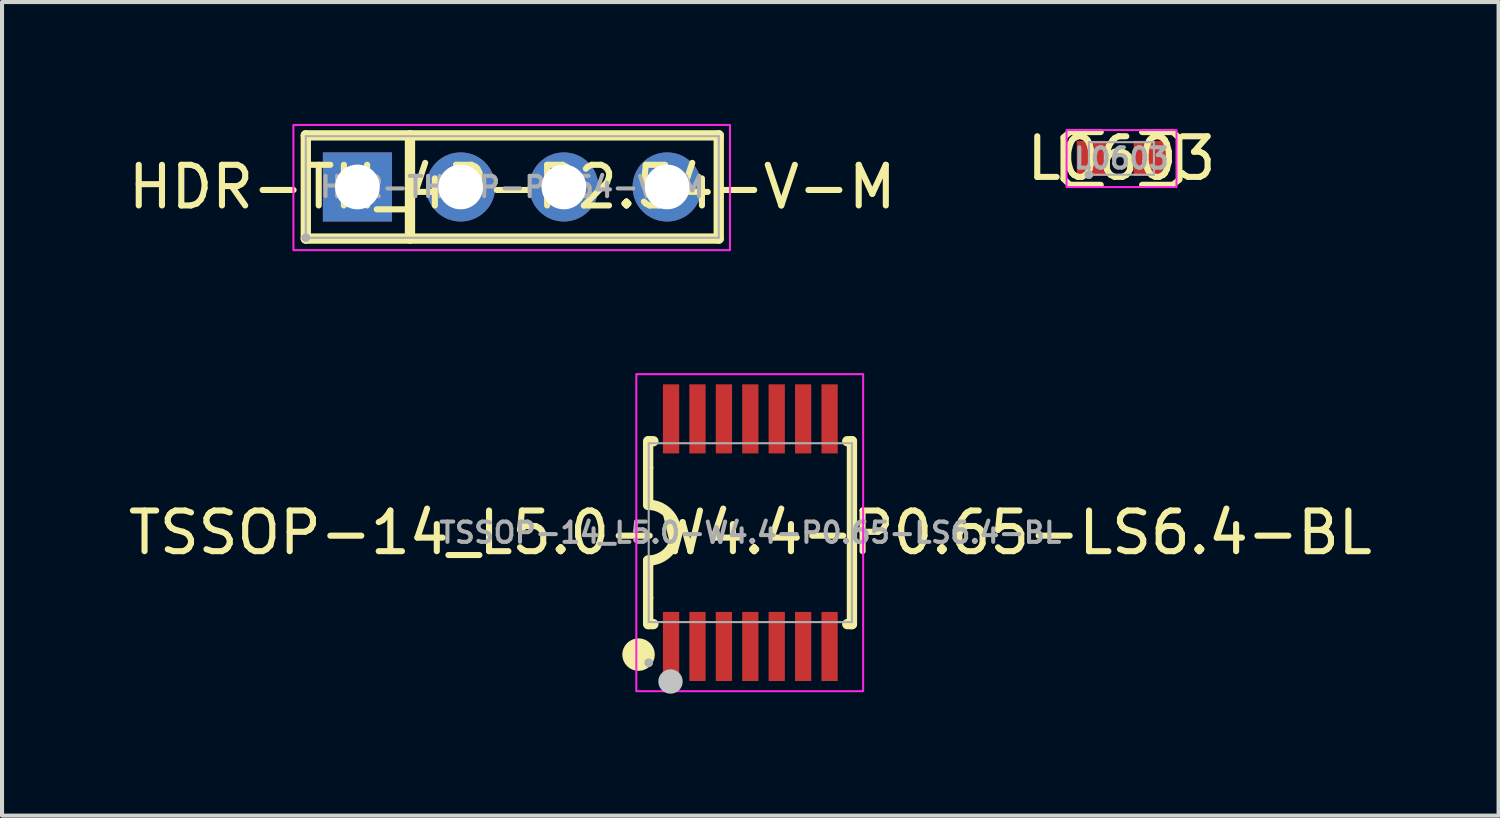
<source format=kicad_pcb>
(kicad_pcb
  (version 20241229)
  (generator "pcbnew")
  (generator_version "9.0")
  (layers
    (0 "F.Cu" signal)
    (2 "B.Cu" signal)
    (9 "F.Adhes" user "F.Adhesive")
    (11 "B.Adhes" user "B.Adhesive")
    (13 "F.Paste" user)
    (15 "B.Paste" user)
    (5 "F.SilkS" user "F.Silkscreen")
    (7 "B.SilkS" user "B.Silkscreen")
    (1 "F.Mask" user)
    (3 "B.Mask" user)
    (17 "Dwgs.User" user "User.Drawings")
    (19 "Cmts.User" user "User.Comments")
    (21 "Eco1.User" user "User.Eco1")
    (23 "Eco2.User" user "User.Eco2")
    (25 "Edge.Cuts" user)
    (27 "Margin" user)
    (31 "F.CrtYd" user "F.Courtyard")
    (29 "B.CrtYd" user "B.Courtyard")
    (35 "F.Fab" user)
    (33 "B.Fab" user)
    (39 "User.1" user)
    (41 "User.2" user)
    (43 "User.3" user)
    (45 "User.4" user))
  (footprint "L0603"
    (layer "F.Cu")
    (at 24.542 0.848)
    (property "Reference" "L0603" (at 0 0 0) (layer "F.SilkS") (effects (font (size 1 1) (thickness 0.15))))
    (fp_line (start -1.424 -0.517) (end -1.27 -0.65) (stroke (width 0.152) (type default)) (layer "F.SilkS"))
    (fp_line (start -1.424 0.499) (end -1.424 -0.517) (stroke (width 0.152) (type default)) (layer "F.SilkS"))
    (fp_line (start -1.272 -0.65) (end -0.51 -0.65) (stroke (width 0.152) (type default)) (layer "F.SilkS"))
    (fp_line (start -1.272 0.65) (end -0.51 0.65) (stroke (width 0.152) (type default)) (layer "F.SilkS"))
    (fp_line (start -1.27 0.651) (end -1.424 0.499) (stroke (width 0.152) (type default)) (layer "F.SilkS"))
    (fp_line (start 1.27 -0.65) (end 1.424 -0.499) (stroke (width 0.152) (type default)) (layer "F.SilkS"))
    (fp_line (start 1.272 -0.65) (end 0.51 -0.65) (stroke (width 0.152) (type default)) (layer "F.SilkS"))
    (fp_line (start 1.272 0.65) (end 0.51 0.65) (stroke (width 0.152) (type default)) (layer "F.SilkS"))
    (fp_line (start 1.424 -0.499) (end 1.424 0.517) (stroke (width 0.152) (type default)) (layer "F.SilkS"))
    (fp_line (start 1.424 0.517) (end 1.27 0.65) (stroke (width 0.152) (type default)) (layer "F.SilkS"))
    (fp_poly (pts (xy -0.252 -0.143) (xy -0.252 0.134) (xy -0.526 0.427) (xy -1.029 0.427) (xy -1.093 0.363) (xy -1.093 -0.372) (xy -1.029 -0.436) (xy -0.526 -0.436)) (stroke (width 0) (type default)) (fill yes) (layer "F.Paste"))
    (fp_poly (pts (xy 0.264 -0.154) (xy 0.264 0.122) (xy 0.538 0.416) (xy 1.042 0.416) (xy 1.105 0.352) (xy 1.105 -0.384) (xy 1.042 -0.448) (xy 0.538 -0.448)) (stroke (width 0) (type default)) (fill yes) (layer "F.Paste"))
    (fp_rect (start -1.35 -0.698) (end 1.355 0.705) (stroke (width 0.05) (type default)) (fill no) (layer "F.CrtYd"))
    (fp_line (start -0.8 -0.4) (end 0.8 -0.4) (stroke (width 0.051) (type default)) (layer "F.Fab"))
    (fp_line (start -0.8 0.4) (end -0.8 -0.4) (stroke (width 0.051) (type default)) (layer "F.Fab"))
    (fp_line (start 0.8 -0.4) (end 0.8 0.4) (stroke (width 0.051) (type default)) (layer "F.Fab"))
    (fp_line (start 0.8 0.4) (end -0.8 0.4) (stroke (width 0.051) (type default)) (layer "F.Fab"))
    (fp_poly (pts (xy -0.745 0.377) (xy -0.777 0.345) (xy -0.823 0.345) (xy -0.855 0.377) (xy -0.855 0.423) (xy -0.823 0.455) (xy -0.777 0.455) (xy -0.745 0.423)) (stroke (width 0.1) (type default)) (fill no) (layer "F.Fab"))
    (fp_poly (pts (xy -0.5 0.4) (xy -0.8 0.4) (xy -0.8 -0.4) (xy -0.5 -0.4)) (stroke (width 0.1) (type default)) (fill no) (layer "User.1"))
    (fp_poly (pts (xy 0.8 0.4) (xy 0.5 0.4) (xy 0.5 -0.4) (xy 0.8 -0.4)) (stroke (width 0.1) (type default)) (fill no) (layer "User.1"))
    (fp_text user "${REFERENCE}" (at 0 0 0) (layer "F.Fab") (effects (font (size 0.5 0.5) (thickness 0.1))))
    (pad "1" smd rect (at -0.7 0 180) (size 0.8 0.864) (layers "F.Cu" "F.Mask" "F.Paste"))
    (pad "2" smd rect (at 0.7 0 180) (size 0.8 0.864) (layers "F.Cu" "F.Mask" "F.Paste")))
  (footprint "HDR-TH_4P-P2.54-V-M"
    (layer "F.Cu")
    (at 9.554 1.55)
    (property "Reference" "HDR-TH_4P-P2.54-V-M" (at 0 0 0) (layer "F.SilkS") (effects (font (size 1 1) (thickness 0.15))))
    (fp_line (start -5.08 -1.27) (end -2.517 -1.27) (stroke (width 0.254) (type default)) (layer "F.SilkS"))
    (fp_line (start -5.08 1.27) (end -5.08 -1.27) (stroke (width 0.254) (type default)) (layer "F.SilkS"))
    (fp_line (start -2.517 -1.27) (end -2.517 1.27) (stroke (width 0.254) (type default)) (layer "F.SilkS"))
    (fp_line (start -2.517 -1.27) (end 5.08 -1.27) (stroke (width 0.254) (type default)) (layer "F.SilkS"))
    (fp_line (start 5.08 -1.27) (end 5.08 1.27) (stroke (width 0.254) (type default)) (layer "F.SilkS"))
    (fp_line (start 5.08 1.27) (end -5.08 1.27) (stroke (width 0.254) (type default)) (layer "F.SilkS"))
    (fp_rect (start -5.385 -1.526) (end 5.356 1.555) (stroke (width 0.05) (type default)) (fill no) (layer "F.CrtYd"))
    (fp_line (start -5.08 -1.25) (end 5.08 -1.25) (stroke (width 0.051) (type default)) (layer "F.Fab"))
    (fp_line (start -5.08 1.25) (end -5.08 -1.25) (stroke (width 0.051) (type default)) (layer "F.Fab"))
    (fp_line (start 5.08 -1.25) (end 5.08 1.25) (stroke (width 0.051) (type default)) (layer "F.Fab"))
    (fp_line (start 5.08 1.25) (end -5.08 1.25) (stroke (width 0.051) (type default)) (layer "F.Fab"))
    (fp_poly (pts (xy -5.025 1.227) (xy -5.057 1.195) (xy -5.103 1.195) (xy -5.135 1.227) (xy -5.135 1.273) (xy -5.103 1.305) (xy -5.057 1.305) (xy -5.025 1.273)) (stroke (width 0.1) (type default)) (fill no) (layer "F.Fab"))
    (fp_poly (pts (xy -4.13 -0.32) (xy -3.49 -0.32) (xy -3.49 0.32) (xy -4.13 0.32)) (stroke (width 0.1) (type default)) (fill no) (layer "User.1"))
    (fp_poly (pts (xy -1.59 -0.32) (xy -0.95 -0.32) (xy -0.95 0.32) (xy -1.59 0.32)) (stroke (width 0.1) (type default)) (fill no) (layer "User.1"))
    (fp_poly (pts (xy 0.95 -0.32) (xy 1.59 -0.32) (xy 1.59 0.32) (xy 0.95 0.32)) (stroke (width 0.1) (type default)) (fill no) (layer "User.1"))
    (fp_poly (pts (xy 3.49 -0.32) (xy 4.13 -0.32) (xy 4.13 0.32) (xy 3.49 0.32)) (stroke (width 0.1) (type default)) (fill no) (layer "User.1"))
    (fp_text user "${REFERENCE}" (at 0 0 0) (layer "F.Fab") (effects (font (size 0.5 0.5) (thickness 0.1))))
    (pad "1" thru_hole rect (at -3.81 0) (size 1.7 1.7) (drill 1.1) (layers "*.Cu" "*.Mask"))
    (pad "2" thru_hole circle (at -1.27 0) (size 1.7 1.7) (drill 1.1) (layers "*.Cu" "*.Mask"))
    (pad "3" thru_hole circle (at 1.27 0) (size 1.7 1.7) (drill 1.1) (layers "*.Cu" "*.Mask"))
    (pad "4" thru_hole circle (at 3.81 0) (size 1.7 1.7) (drill 1.1) (layers "*.Cu" "*.Mask")))
  (footprint "TSSOP-14_L5.0-W4.4-P0.65-LS6.4-BL"
    (layer "F.Cu")
    (at 15.411 10.056)
    (property "Reference" "TSSOP-14_L5.0-W4.4-P0.65-LS6.4-BL" (at 0 0 0) (layer "F.SilkS") (effects (font (size 1 1) (thickness 0.15))))
    (fp_line (start -2.514 -1.6) (end -2.514 -2.25) (stroke (width 0.254) (type default)) (layer "F.SilkS"))
    (fp_line (start -2.514 -0.686) (end -2.514 -1.6) (stroke (width 0.254) (type default)) (layer "F.SilkS"))
    (fp_line (start -2.514 1.6) (end -2.514 0.686) (stroke (width 0.254) (type default)) (layer "F.SilkS"))
    (fp_line (start -2.514 1.6) (end -2.514 2.25) (stroke (width 0.254) (type default)) (layer "F.SilkS"))
    (fp_line (start -2.5 -2.25) (end -2.385 -2.25) (stroke (width 0.254) (type default)) (layer "F.SilkS"))
    (fp_line (start -2.385 2.25) (end -2.5 2.25) (stroke (width 0.254) (type default)) (layer "F.SilkS"))
    (fp_line (start 2.385 -2.25) (end 2.5 -2.25) (stroke (width 0.254) (type default)) (layer "F.SilkS"))
    (fp_line (start 2.5 -2.25) (end 2.5 2.25) (stroke (width 0.254) (type default)) (layer "F.SilkS"))
    (fp_line (start 2.5 2.25) (end 2.385 2.25) (stroke (width 0.254) (type default)) (layer "F.SilkS"))
    (fp_arc (start -2.5145 -0.686) (mid -1.8285 0) (end -2.5145 0.686) (stroke (width 0.254) (type default)) (layer "F.SilkS"))
    (fp_circle (center -2.75 3) (end -2.55 3) (stroke (width 0.4) (type default)) (fill no) (layer "F.SilkS"))
    (fp_circle (center -1.964 3.662) (end -1.814 3.662) (stroke (width 0.3) (type default)) (fill no) (layer "Dwgs.User"))
    (fp_rect (start -2.805 -3.9) (end 2.776 3.9) (stroke (width 0.05) (type default)) (fill no) (layer "F.CrtYd"))
    (fp_line (start -2.5 -2.2) (end -2.5 2.2) (stroke (width 0.051) (type default)) (layer "F.Fab"))
    (fp_line (start -2.5 2.2) (end 2.5 2.2) (stroke (width 0.051) (type default)) (layer "F.Fab"))
    (fp_line (start 2.5 -2.2) (end -2.5 -2.2) (stroke (width 0.051) (type default)) (layer "F.Fab"))
    (fp_line (start 2.5 2.2) (end 2.5 -2.2) (stroke (width 0.051) (type default)) (layer "F.Fab"))
    (fp_poly (pts (xy -2.445 3.177) (xy -2.477 3.145) (xy -2.523 3.145) (xy -2.555 3.177) (xy -2.555 3.223) (xy -2.523 3.255) (xy -2.477 3.255) (xy -2.445 3.223)) (stroke (width 0.1) (type default)) (fill no) (layer "F.Fab"))
    (fp_poly (pts (xy -2.072 -2.6) (xy -2.072 -3.2) (xy -1.827 -3.2) (xy -1.827 -2.6)) (stroke (width 0.1) (type default)) (fill no) (layer "User.1"))
    (fp_poly (pts (xy -2.072 -2.19) (xy -2.072 -2.61) (xy -1.827 -2.61) (xy -1.827 -2.19)) (stroke (width 0.1) (type default)) (fill no) (layer "User.1"))
    (fp_poly (pts (xy -2.072 2.61) (xy -2.072 2.19) (xy -1.827 2.19) (xy -1.827 2.61)) (stroke (width 0.1) (type default)) (fill no) (layer "User.1"))
    (fp_poly (pts (xy -2.072 3.2) (xy -2.072 2.6) (xy -1.827 2.6) (xy -1.827 3.2)) (stroke (width 0.1) (type default)) (fill no) (layer "User.1"))
    (fp_poly (pts (xy -1.423 -2.6) (xy -1.423 -3.2) (xy -1.177 -3.2) (xy -1.177 -2.6)) (stroke (width 0.1) (type default)) (fill no) (layer "User.1"))
    (fp_poly (pts (xy -1.423 -2.19) (xy -1.423 -2.61) (xy -1.177 -2.61) (xy -1.177 -2.19)) (stroke (width 0.1) (type default)) (fill no) (layer "User.1"))
    (fp_poly (pts (xy -1.423 2.61) (xy -1.423 2.19) (xy -1.177 2.19) (xy -1.177 2.61)) (stroke (width 0.1) (type default)) (fill no) (layer "User.1"))
    (fp_poly (pts (xy -1.423 3.2) (xy -1.423 2.6) (xy -1.177 2.6) (xy -1.177 3.2)) (stroke (width 0.1) (type default)) (fill no) (layer "User.1"))
    (fp_poly (pts (xy -0.772 -2.6) (xy -0.772 -3.2) (xy -0.527 -3.2) (xy -0.527 -2.6)) (stroke (width 0.1) (type default)) (fill no) (layer "User.1"))
    (fp_poly (pts (xy -0.772 -2.19) (xy -0.772 -2.61) (xy -0.527 -2.61) (xy -0.527 -2.19)) (stroke (width 0.1) (type default)) (fill no) (layer "User.1"))
    (fp_poly (pts (xy -0.772 2.61) (xy -0.772 2.19) (xy -0.527 2.19) (xy -0.527 2.61)) (stroke (width 0.1) (type default)) (fill no) (layer "User.1"))
    (fp_poly (pts (xy -0.772 3.2) (xy -0.772 2.6) (xy -0.527 2.6) (xy -0.527 3.2)) (stroke (width 0.1) (type default)) (fill no) (layer "User.1"))
    (fp_poly (pts (xy -0.122 -2.6) (xy -0.122 -3.2) (xy 0.122 -3.2) (xy 0.122 -2.6)) (stroke (width 0.1) (type default)) (fill no) (layer "User.1"))
    (fp_poly (pts (xy -0.122 -2.19) (xy -0.122 -2.61) (xy 0.122 -2.61) (xy 0.122 -2.19)) (stroke (width 0.1) (type default)) (fill no) (layer "User.1"))
    (fp_poly (pts (xy -0.122 2.61) (xy -0.122 2.19) (xy 0.122 2.19) (xy 0.122 2.61)) (stroke (width 0.1) (type default)) (fill no) (layer "User.1"))
    (fp_poly (pts (xy -0.122 3.2) (xy -0.122 2.6) (xy 0.122 2.6) (xy 0.122 3.2)) (stroke (width 0.1) (type default)) (fill no) (layer "User.1"))
    (fp_poly (pts (xy 0.527 -2.6) (xy 0.527 -3.2) (xy 0.772 -3.2) (xy 0.772 -2.6)) (stroke (width 0.1) (type default)) (fill no) (layer "User.1"))
    (fp_poly (pts (xy 0.527 -2.19) (xy 0.527 -2.61) (xy 0.772 -2.61) (xy 0.772 -2.19)) (stroke (width 0.1) (type default)) (fill no) (layer "User.1"))
    (fp_poly (pts (xy 0.527 2.61) (xy 0.527 2.19) (xy 0.772 2.19) (xy 0.772 2.61)) (stroke (width 0.1) (type default)) (fill no) (layer "User.1"))
    (fp_poly (pts (xy 0.527 3.2) (xy 0.527 2.6) (xy 0.772 2.6) (xy 0.772 3.2)) (stroke (width 0.1) (type default)) (fill no) (layer "User.1"))
    (fp_poly (pts (xy 1.177 -2.6) (xy 1.177 -3.2) (xy 1.423 -3.2) (xy 1.423 -2.6)) (stroke (width 0.1) (type default)) (fill no) (layer "User.1"))
    (fp_poly (pts (xy 1.177 -2.19) (xy 1.177 -2.61) (xy 1.423 -2.61) (xy 1.423 -2.19)) (stroke (width 0.1) (type default)) (fill no) (layer "User.1"))
    (fp_poly (pts (xy 1.177 2.61) (xy 1.177 2.19) (xy 1.423 2.19) (xy 1.423 2.61)) (stroke (width 0.1) (type default)) (fill no) (layer "User.1"))
    (fp_poly (pts (xy 1.177 3.2) (xy 1.177 2.6) (xy 1.423 2.6) (xy 1.423 3.2)) (stroke (width 0.1) (type default)) (fill no) (layer "User.1"))
    (fp_poly (pts (xy 1.827 -2.6) (xy 1.827 -3.2) (xy 2.072 -3.2) (xy 2.072 -2.6)) (stroke (width 0.1) (type default)) (fill no) (layer "User.1"))
    (fp_poly (pts (xy 1.827 -2.19) (xy 1.827 -2.61) (xy 2.072 -2.61) (xy 2.072 -2.19)) (stroke (width 0.1) (type default)) (fill no) (layer "User.1"))
    (fp_poly (pts (xy 1.827 2.61) (xy 1.827 2.19) (xy 2.072 2.19) (xy 2.072 2.61)) (stroke (width 0.1) (type default)) (fill no) (layer "User.1"))
    (fp_poly (pts (xy 1.827 3.2) (xy 1.827 2.6) (xy 2.072 2.6) (xy 2.072 3.2)) (stroke (width 0.1) (type default)) (fill no) (layer "User.1"))
    (fp_text user "${REFERENCE}" (at 0 0 0) (layer "F.Fab") (effects (font (size 0.5 0.5) (thickness 0.1))))
    (pad "1" smd rect (at -1.95 2.8) (size 0.4 1.7) (layers "F.Cu" "F.Mask" "F.Paste"))
    (pad "2" smd rect (at -1.3 2.8) (size 0.4 1.7) (layers "F.Cu" "F.Mask" "F.Paste"))
    (pad "3" smd rect (at -0.65 2.8) (size 0.4 1.7) (layers "F.Cu" "F.Mask" "F.Paste"))
    (pad "4" smd rect (at 0 2.8) (size 0.4 1.7) (layers "F.Cu" "F.Mask" "F.Paste"))
    (pad "5" smd rect (at 0.65 2.8) (size 0.4 1.7) (layers "F.Cu" "F.Mask" "F.Paste"))
    (pad "6" smd rect (at 1.3 2.8) (size 0.4 1.7) (layers "F.Cu" "F.Mask" "F.Paste"))
    (pad "7" smd rect (at 1.95 2.8) (size 0.4 1.7) (layers "F.Cu" "F.Mask" "F.Paste"))
    (pad "8" smd rect (at 1.95 -2.8) (size 0.4 1.7) (layers "F.Cu" "F.Mask" "F.Paste"))
    (pad "9" smd rect (at 1.3 -2.8) (size 0.4 1.7) (layers "F.Cu" "F.Mask" "F.Paste"))
    (pad "10" smd rect (at 0.65 -2.8) (size 0.4 1.7) (layers "F.Cu" "F.Mask" "F.Paste"))
    (pad "11" smd rect (at 0 -2.8) (size 0.4 1.7) (layers "F.Cu" "F.Mask" "F.Paste"))
    (pad "12" smd rect (at -0.65 -2.8) (size 0.4 1.7) (layers "F.Cu" "F.Mask" "F.Paste"))
    (pad "13" smd rect (at -1.3 -2.8) (size 0.4 1.7) (layers "F.Cu" "F.Mask" "F.Paste"))
    (pad "14" smd rect (at -1.95 -2.8) (size 0.4 1.7) (layers "F.Cu" "F.Mask" "F.Paste")))
  (gr_rect
    (start -3 -3)
    (end 33.821 17.018)
    (stroke (width 0.1) (type default))
    (fill no)
    (layer "Edge.Cuts")))
</source>
